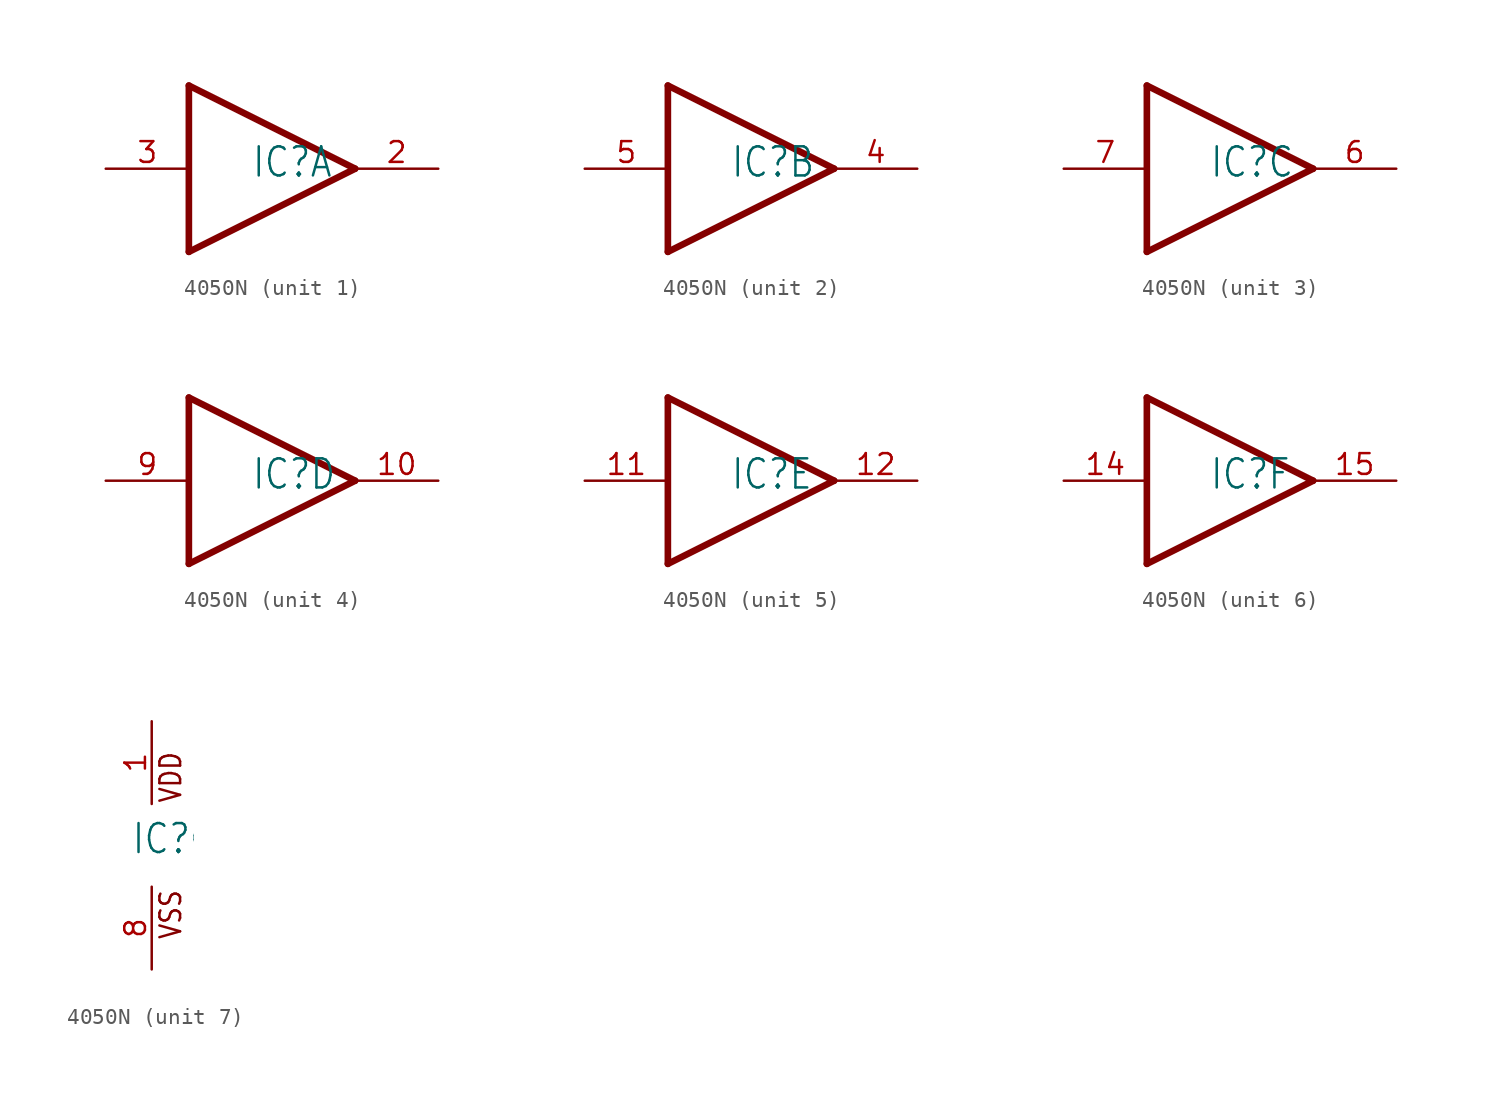
<source format=kicad_sym>
(kicad_symbol_lib
  (version 20220914)
  (generator kicad_symbol_editor)
  (symbol "4050N"
    (property "Reference" "IC"
      (at -1.27 -0.635 0)
      (effects (font (size 1.778 1.511)) (justify left bottom)))
    (property "ki_locked" ""
      (at 0 0 0)
      (effects (font (size 1.27 1.27))))
    (symbol "4050N_1_0"
      (polyline (pts (xy -5.08 -5.08) (xy 5.08 0)) (stroke (width 0.406) (type solid)) (fill (type none)))
      (polyline (pts (xy -5.08 5.08) (xy -5.08 -5.08)) (stroke (width 0.406) (type solid)) (fill (type none)))
      (polyline (pts (xy 5.08 0) (xy -5.08 5.08)) (stroke (width 0.406) (type solid)) (fill (type none)))
      (pin output line (at 10.16 0 180) (length 5.08) (name "O" (effects (font (size 0 0)))) (number "2" (effects (font (size 1.27 1.27)))))
      (pin input line (at -10.16 0 0) (length 5.08) (name "I" (effects (font (size 0 0)))) (number "3" (effects (font (size 1.27 1.27))))))
    (symbol "4050N_2_0"
      (polyline (pts (xy -5.08 -5.08) (xy 5.08 0)) (stroke (width 0.406) (type solid)) (fill (type none)))
      (polyline (pts (xy -5.08 5.08) (xy -5.08 -5.08)) (stroke (width 0.406) (type solid)) (fill (type none)))
      (polyline (pts (xy 5.08 0) (xy -5.08 5.08)) (stroke (width 0.406) (type solid)) (fill (type none)))
      (pin output line (at 10.16 0 180) (length 5.08) (name "O" (effects (font (size 0 0)))) (number "4" (effects (font (size 1.27 1.27)))))
      (pin input line (at -10.16 0 0) (length 5.08) (name "I" (effects (font (size 0 0)))) (number "5" (effects (font (size 1.27 1.27))))))
    (symbol "4050N_3_0"
      (polyline (pts (xy -5.08 -5.08) (xy 5.08 0)) (stroke (width 0.406) (type solid)) (fill (type none)))
      (polyline (pts (xy -5.08 5.08) (xy -5.08 -5.08)) (stroke (width 0.406) (type solid)) (fill (type none)))
      (polyline (pts (xy 5.08 0) (xy -5.08 5.08)) (stroke (width 0.406) (type solid)) (fill (type none)))
      (pin output line (at 10.16 0 180) (length 5.08) (name "O" (effects (font (size 0 0)))) (number "6" (effects (font (size 1.27 1.27)))))
      (pin input line (at -10.16 0 0) (length 5.08) (name "I" (effects (font (size 0 0)))) (number "7" (effects (font (size 1.27 1.27))))))
    (symbol "4050N_4_0"
      (polyline (pts (xy -5.08 -5.08) (xy 5.08 0)) (stroke (width 0.406) (type solid)) (fill (type none)))
      (polyline (pts (xy -5.08 5.08) (xy -5.08 -5.08)) (stroke (width 0.406) (type solid)) (fill (type none)))
      (polyline (pts (xy 5.08 0) (xy -5.08 5.08)) (stroke (width 0.406) (type solid)) (fill (type none)))
      (pin output line (at 10.16 0 180) (length 5.08) (name "O" (effects (font (size 0 0)))) (number "10" (effects (font (size 1.27 1.27)))))
      (pin input line (at -10.16 0 0) (length 5.08) (name "I" (effects (font (size 0 0)))) (number "9" (effects (font (size 1.27 1.27))))))
    (symbol "4050N_5_0"
      (polyline (pts (xy -5.08 -5.08) (xy 5.08 0)) (stroke (width 0.406) (type solid)) (fill (type none)))
      (polyline (pts (xy -5.08 5.08) (xy -5.08 -5.08)) (stroke (width 0.406) (type solid)) (fill (type none)))
      (polyline (pts (xy 5.08 0) (xy -5.08 5.08)) (stroke (width 0.406) (type solid)) (fill (type none)))
      (pin input line (at -10.16 0 0) (length 5.08) (name "I" (effects (font (size 0 0)))) (number "11" (effects (font (size 1.27 1.27)))))
      (pin output line (at 10.16 0 180) (length 5.08) (name "O" (effects (font (size 0 0)))) (number "12" (effects (font (size 1.27 1.27))))))
    (symbol "4050N_6_0"
      (polyline (pts (xy -5.08 -5.08) (xy 5.08 0)) (stroke (width 0.406) (type solid)) (fill (type none)))
      (polyline (pts (xy -5.08 5.08) (xy -5.08 -5.08)) (stroke (width 0.406) (type solid)) (fill (type none)))
      (polyline (pts (xy 5.08 0) (xy -5.08 5.08)) (stroke (width 0.406) (type solid)) (fill (type none)))
      (pin input line (at -10.16 0 0) (length 5.08) (name "I" (effects (font (size 0 0)))) (number "14" (effects (font (size 1.27 1.27)))))
      (pin output line (at 10.16 0 180) (length 5.08) (name "O" (effects (font (size 0 0)))) (number "15" (effects (font (size 1.27 1.27))))))
    (symbol "4050N_7_0"
      (text "VDD" (at 1.905 2.54 900) (effects (font (size 1.27 1.079)) (justify left bottom)))
      (text "VSS" (at 1.905 -5.842 900) (effects (font (size 1.27 1.079)) (justify left bottom)))
      (pin power_in line (at 0 7.62 270) (length 5.08) (name "VDD" (effects (font (size 0 0)))) (number "1" (effects (font (size 1.27 1.27)))))
      (pin power_in line (at 0 -7.62 90) (length 5.08) (name "VSS" (effects (font (size 0 0)))) (number "8" (effects (font (size 1.27 1.27))))))))
</source>
